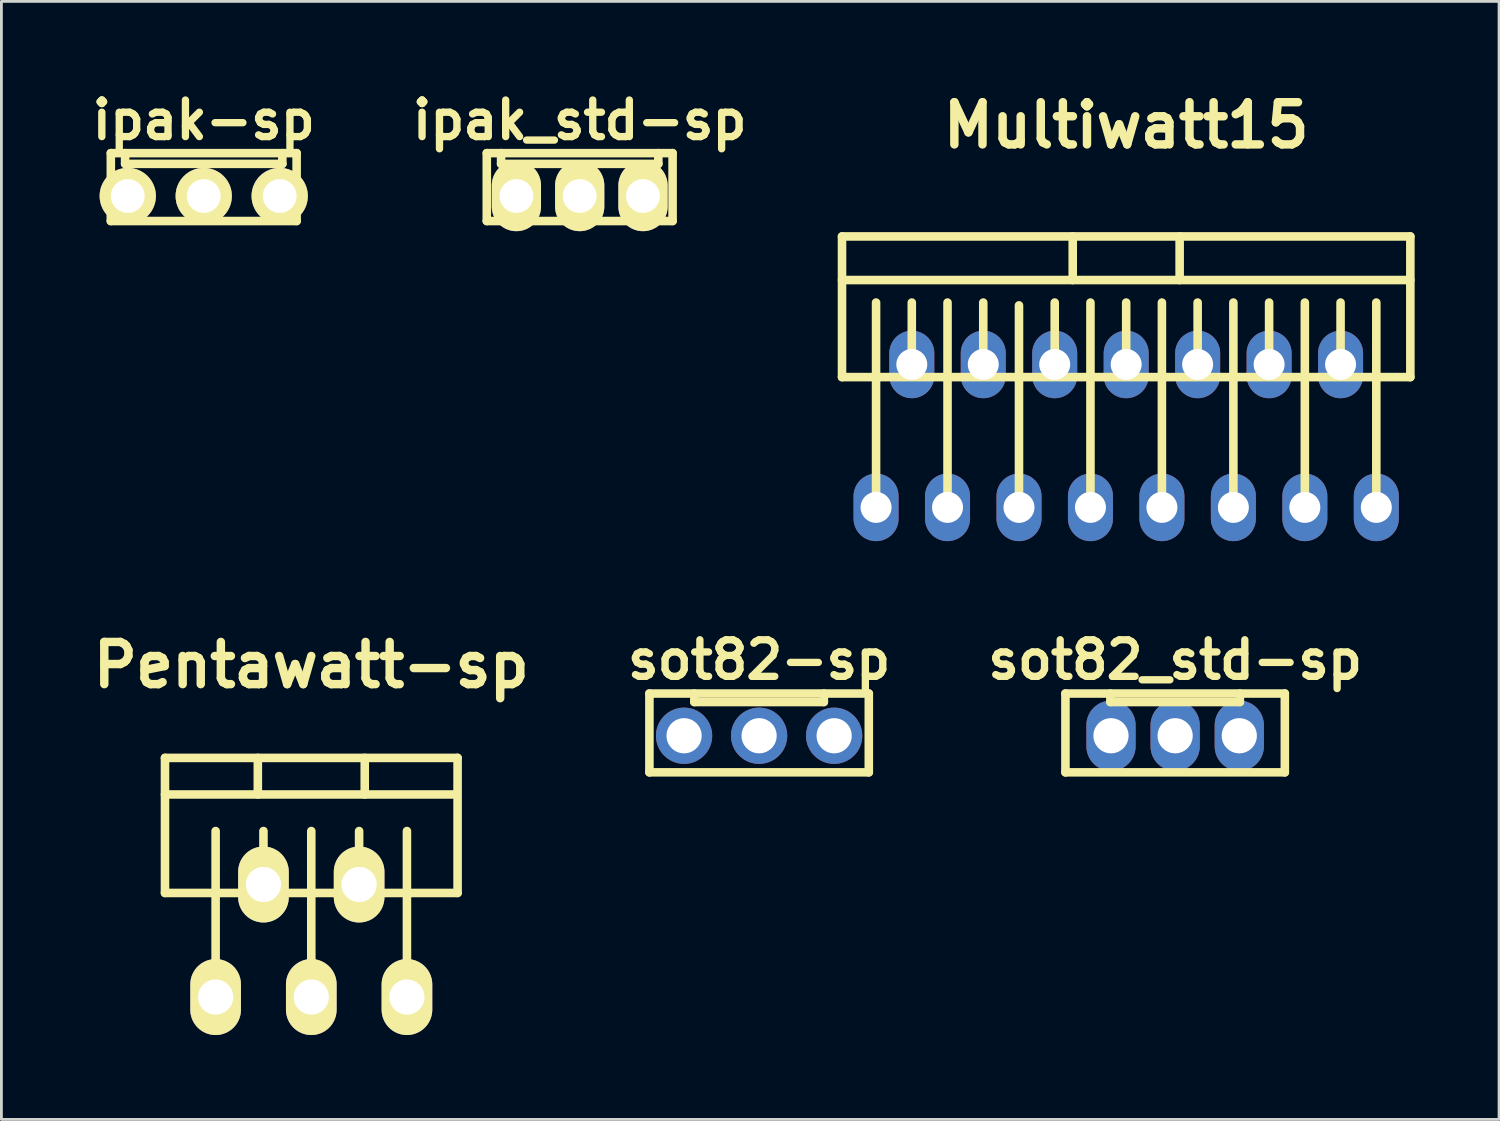
<source format=kicad_pcb>
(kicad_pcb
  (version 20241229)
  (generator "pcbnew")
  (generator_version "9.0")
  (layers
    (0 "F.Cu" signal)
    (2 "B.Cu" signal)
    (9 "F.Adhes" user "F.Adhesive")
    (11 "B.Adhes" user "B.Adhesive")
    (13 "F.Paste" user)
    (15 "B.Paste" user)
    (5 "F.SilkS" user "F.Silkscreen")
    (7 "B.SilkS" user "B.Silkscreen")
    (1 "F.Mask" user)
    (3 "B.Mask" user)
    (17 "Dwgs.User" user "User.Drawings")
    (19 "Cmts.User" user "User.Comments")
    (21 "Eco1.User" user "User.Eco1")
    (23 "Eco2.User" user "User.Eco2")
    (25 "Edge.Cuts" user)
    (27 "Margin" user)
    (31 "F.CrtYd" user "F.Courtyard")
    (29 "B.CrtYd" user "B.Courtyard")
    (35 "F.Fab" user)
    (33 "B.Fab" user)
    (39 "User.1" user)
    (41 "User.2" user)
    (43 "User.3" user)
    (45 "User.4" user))
  (footprint "Multiwatt15"
    (layer "F.Cu")
    (at 36.978 9.904)
    (property "Reference" "Multiwatt15" (at 0 -8.5 0) (layer "F.SilkS") (effects (font (size 1.5 1.5) (thickness 0.3))))
    (attr through_hole)
    (fp_line (start -10.1 -4.55) (end -10.1 0.45) (stroke (width 0.305) (type solid)) (layer "F.SilkS"))
    (fp_line (start -10.1 -4.55) (end 10.1 -4.55) (stroke (width 0.305) (type solid)) (layer "F.SilkS"))
    (fp_line (start -10.1 -3) (end 10.1 -3) (stroke (width 0.305) (type solid)) (layer "F.SilkS"))
    (fp_line (start -10.1 0.45) (end 10.1 0.45) (stroke (width 0.305) (type solid)) (layer "F.SilkS"))
    (fp_line (start -8.89 5.08) (end -8.89 -2.2) (stroke (width 0.305) (type solid)) (layer "F.SilkS"))
    (fp_line (start -7.62 0) (end -7.62 -2.2) (stroke (width 0.305) (type solid)) (layer "F.SilkS"))
    (fp_line (start -6.35 5.08) (end -6.35 -2.2) (stroke (width 0.305) (type solid)) (layer "F.SilkS"))
    (fp_line (start -5.08 0) (end -5.08 -2.2) (stroke (width 0.305) (type solid)) (layer "F.SilkS"))
    (fp_line (start -3.81 5.18) (end -3.81 -2.1) (stroke (width 0.305) (type solid)) (layer "F.SilkS"))
    (fp_line (start -2.54 0) (end -2.54 -2.2) (stroke (width 0.305) (type solid)) (layer "F.SilkS"))
    (fp_line (start -1.9 -4.55) (end -1.9 -3) (stroke (width 0.305) (type solid)) (layer "F.SilkS"))
    (fp_line (start -1.27 5.08) (end -1.27 -2.2) (stroke (width 0.305) (type solid)) (layer "F.SilkS"))
    (fp_line (start 0 0) (end 0 -2.2) (stroke (width 0.305) (type solid)) (layer "F.SilkS"))
    (fp_line (start 1.27 5.08) (end 1.27 -2.2) (stroke (width 0.305) (type solid)) (layer "F.SilkS"))
    (fp_line (start 1.9 -4.55) (end 1.9 -3) (stroke (width 0.305) (type solid)) (layer "F.SilkS"))
    (fp_line (start 2.54 0) (end 2.54 -2.2) (stroke (width 0.305) (type solid)) (layer "F.SilkS"))
    (fp_line (start 3.81 5.08) (end 3.81 -2.2) (stroke (width 0.305) (type solid)) (layer "F.SilkS"))
    (fp_line (start 5.08 0) (end 5.08 -2.2) (stroke (width 0.305) (type solid)) (layer "F.SilkS"))
    (fp_line (start 6.35 5.08) (end 6.35 -2.2) (stroke (width 0.305) (type solid)) (layer "F.SilkS"))
    (fp_line (start 7.62 0) (end 7.62 -2.2) (stroke (width 0.305) (type solid)) (layer "F.SilkS"))
    (fp_line (start 8.89 5.08) (end 8.89 -2.2) (stroke (width 0.305) (type solid)) (layer "F.SilkS"))
    (fp_line (start 10.1 -4.55) (end 10.1 0.45) (stroke (width 0.305) (type solid)) (layer "F.SilkS"))
    (pad "1" thru_hole oval (at -8.89 5.08) (size 1.6 2.4) (drill 1.1) (layers "*.Cu" "*.Mask"))
    (pad "2" thru_hole oval (at -7.62 0) (size 1.6 2.4) (drill 1.1) (layers "*.Cu" "*.Mask"))
    (pad "3" thru_hole oval (at -6.35 5.08) (size 1.6 2.4) (drill 1.1) (layers "*.Cu" "*.Mask"))
    (pad "4" thru_hole oval (at -5.08 0) (size 1.6 2.4) (drill 1.1) (layers "*.Cu" "*.Mask"))
    (pad "5" thru_hole oval (at -3.81 5.08) (size 1.6 2.4) (drill 1.1) (layers "*.Cu" "*.Mask"))
    (pad "6" thru_hole oval (at -2.54 0) (size 1.6 2.4) (drill 1.1) (layers "*.Cu" "*.Mask"))
    (pad "7" thru_hole oval (at -1.27 5.08) (size 1.6 2.4) (drill 1.1) (layers "*.Cu" "*.Mask"))
    (pad "8" thru_hole oval (at 0 0) (size 1.6 2.4) (drill 1.1) (layers "*.Cu" "*.Mask"))
    (pad "9" thru_hole oval (at 1.27 5.08) (size 1.6 2.4) (drill 1.1) (layers "*.Cu" "*.Mask"))
    (pad "10" thru_hole oval (at 2.54 0) (size 1.6 2.4) (drill 1.1) (layers "*.Cu" "*.Mask"))
    (pad "11" thru_hole oval (at 3.81 5.08) (size 1.6 2.4) (drill 1.1) (layers "*.Cu" "*.Mask"))
    (pad "12" thru_hole oval (at 5.08 0) (size 1.6 2.4) (drill 1.1) (layers "*.Cu" "*.Mask"))
    (pad "13" thru_hole oval (at 6.35 5.08) (size 1.6 2.4) (drill 1.1) (layers "*.Cu" "*.Mask"))
    (pad "14" thru_hole oval (at 7.62 0) (size 1.6 2.4) (drill 1.1) (layers "*.Cu" "*.Mask"))
    (pad "15" thru_hole oval (at 8.89 5.08) (size 1.6 2.4) (drill 1.1) (layers "*.Cu" "*.Mask")))
  (footprint "sot82_std-sp"
    (layer "F.Cu")
    (at 38.718 23.101)
    (property "Reference" "sot82_std-sp" (at 0 -2.7 0) (layer "F.SilkS") (effects (font (size 1.3 1.3) (thickness 0.26))))
    (attr through_hole)
    (fp_line (start -3.899 -1.501) (end -3.899 1.3) (stroke (width 0.305) (type solid)) (layer "F.SilkS"))
    (fp_line (start -3.899 1.3) (end 3.899 1.3) (stroke (width 0.305) (type solid)) (layer "F.SilkS"))
    (fp_line (start -2.301 -1.501) (end -2.301 -1.199) (stroke (width 0.305) (type solid)) (layer "F.SilkS"))
    (fp_line (start -2.301 -1.199) (end 2.301 -1.199) (stroke (width 0.305) (type solid)) (layer "F.SilkS"))
    (fp_line (start 2.301 -1.199) (end 2.301 -1.501) (stroke (width 0.305) (type solid)) (layer "F.SilkS"))
    (fp_line (start 3.899 -1.501) (end -3.899 -1.501) (stroke (width 0.305) (type solid)) (layer "F.SilkS"))
    (fp_line (start 3.899 1.3) (end 3.899 -1.501) (stroke (width 0.305) (type solid)) (layer "F.SilkS"))
    (pad "1" thru_hole oval (at -2.28 0) (size 1.75 2.5) (drill 1.25) (layers "*.Cu" "*.Mask"))
    (pad "2" thru_hole oval (at 0 0) (size 1.75 2.5) (drill 1.25) (layers "*.Cu" "*.Mask"))
    (pad "3" thru_hole oval (at 2.28 0) (size 1.75 2.5) (drill 1.25) (layers "*.Cu" "*.Mask")))
  (footprint "Pentawatt-sp"
    (layer "F.Cu")
    (at 8.014 28.388)
    (property "Reference" "Pentawatt-sp" (at 0 -7.8 0) (layer "F.SilkS") (effects (font (size 1.5 1.5) (thickness 0.3))))
    (attr through_hole)
    (fp_line (start -5.2 -4.5) (end 5.2 -4.5) (stroke (width 0.305) (type solid)) (layer "F.SilkS"))
    (fp_line (start -5.2 -3.2) (end 5.1 -3.2) (stroke (width 0.305) (type solid)) (layer "F.SilkS"))
    (fp_line (start -5.2 0.3) (end -5.2 -4.5) (stroke (width 0.305) (type solid)) (layer "F.SilkS"))
    (fp_line (start -3.4 -1.9) (end -3.4 4) (stroke (width 0.305) (type solid)) (layer "F.SilkS"))
    (fp_line (start -1.9 -3.2) (end -1.9 -4.5) (stroke (width 0.305) (type solid)) (layer "F.SilkS"))
    (fp_line (start -1.7 -1.9) (end -1.7 0) (stroke (width 0.305) (type solid)) (layer "F.SilkS"))
    (fp_line (start 0 -1.9) (end 0 4) (stroke (width 0.305) (type solid)) (layer "F.SilkS"))
    (fp_line (start 1.7 -1.9) (end 1.7 0) (stroke (width 0.305) (type solid)) (layer "F.SilkS"))
    (fp_line (start 1.9 -4.5) (end 1.9 -3.2) (stroke (width 0.305) (type solid)) (layer "F.SilkS"))
    (fp_line (start 3.4 -1.9) (end 3.4 4) (stroke (width 0.305) (type solid)) (layer "F.SilkS"))
    (fp_line (start 5.2 -4.5) (end 5.2 0.3) (stroke (width 0.305) (type solid)) (layer "F.SilkS"))
    (fp_line (start 5.2 0.3) (end -5.2 0.3) (stroke (width 0.305) (type solid)) (layer "F.SilkS"))
    (pad "1" thru_hole oval (at -3.4 4) (size 1.8 2.7) (drill 1.25) (layers "*.Cu" "*.Mask" "F.SilkS"))
    (pad "2" thru_hole oval (at -1.7 0) (size 1.8 2.7) (drill 1.25) (layers "*.Cu" "*.Mask" "F.SilkS"))
    (pad "3" thru_hole oval (at 0 4) (size 1.8 2.7) (drill 1.25) (layers "*.Cu" "*.Mask" "F.SilkS"))
    (pad "4" thru_hole oval (at 1.7 0) (size 1.8 2.7) (drill 1.25) (layers "*.Cu" "*.Mask" "F.SilkS"))
    (pad "5" thru_hole oval (at 3.4 4) (size 1.8 2.7) (drill 1.25) (layers "*.Cu" "*.Mask" "F.SilkS")))
  (footprint "ipak-sp"
    (layer "F.Cu")
    (at 4.191 3.917)
    (property "Reference" "ipak-sp" (at 0 -2.7 0) (layer "F.SilkS") (effects (font (size 1.3 1.3) (thickness 0.26))))
    (attr through_hole)
    (fp_line (start -3.302 -1.524) (end 3.302 -1.524) (stroke (width 0.305) (type solid)) (layer "F.SilkS"))
    (fp_line (start -3.302 0.889) (end -3.302 -1.524) (stroke (width 0.305) (type solid)) (layer "F.SilkS"))
    (fp_line (start -2.794 -1.524) (end -2.794 -1.143) (stroke (width 0.305) (type solid)) (layer "F.SilkS"))
    (fp_line (start -2.794 -1.143) (end 2.794 -1.143) (stroke (width 0.305) (type solid)) (layer "F.SilkS"))
    (fp_line (start 2.794 -1.143) (end 2.794 -1.524) (stroke (width 0.305) (type solid)) (layer "F.SilkS"))
    (fp_line (start 3.302 -1.524) (end 3.302 0.889) (stroke (width 0.305) (type solid)) (layer "F.SilkS"))
    (fp_line (start 3.302 0.889) (end -3.302 0.889) (stroke (width 0.305) (type solid)) (layer "F.SilkS"))
    (pad "1" thru_hole circle (at -2.7 0) (size 2 2) (drill 1.2) (layers "*.Cu" "*.Mask" "F.SilkS"))
    (pad "2" thru_hole circle (at 0 0) (size 2 2) (drill 1.2) (layers "*.Cu" "*.Mask" "F.SilkS"))
    (pad "3" thru_hole circle (at 2.7 0) (size 2 2) (drill 1.2) (layers "*.Cu" "*.Mask" "F.SilkS")))
  (footprint "sot82-sp"
    (layer "F.Cu")
    (at 23.931 23.101)
    (property "Reference" "sot82-sp" (at 0 -2.7 0) (layer "F.SilkS") (effects (font (size 1.3 1.3) (thickness 0.26))))
    (attr through_hole)
    (fp_line (start -3.899 -1.501) (end -3.899 1.3) (stroke (width 0.305) (type solid)) (layer "F.SilkS"))
    (fp_line (start -3.899 1.3) (end 3.899 1.3) (stroke (width 0.305) (type solid)) (layer "F.SilkS"))
    (fp_line (start -2.301 -1.501) (end -2.301 -1.199) (stroke (width 0.305) (type solid)) (layer "F.SilkS"))
    (fp_line (start -2.301 -1.199) (end 2.301 -1.199) (stroke (width 0.305) (type solid)) (layer "F.SilkS"))
    (fp_line (start 2.301 -1.199) (end 2.301 -1.501) (stroke (width 0.305) (type solid)) (layer "F.SilkS"))
    (fp_line (start 3.899 -1.501) (end -3.899 -1.501) (stroke (width 0.305) (type solid)) (layer "F.SilkS"))
    (fp_line (start 3.899 1.3) (end 3.899 -1.501) (stroke (width 0.305) (type solid)) (layer "F.SilkS"))
    (pad "1" thru_hole circle (at -2.667 0) (size 2 2) (drill 1.25) (layers "*.Cu" "*.Mask"))
    (pad "2" thru_hole circle (at 0 0) (size 2 2) (drill 1.25) (layers "*.Cu" "*.Mask"))
    (pad "3" thru_hole circle (at 2.667 0) (size 2 2) (drill 1.25) (layers "*.Cu" "*.Mask")))
  (footprint "ipak_std-sp"
    (layer "F.Cu")
    (at 17.554 3.917)
    (property "Reference" "ipak_std-sp" (at 0 -2.7 0) (layer "F.SilkS") (effects (font (size 1.3 1.3) (thickness 0.26))))
    (attr through_hole)
    (fp_line (start -3.302 -1.524) (end 3.302 -1.524) (stroke (width 0.305) (type solid)) (layer "F.SilkS"))
    (fp_line (start -3.302 0.889) (end -3.302 -1.524) (stroke (width 0.305) (type solid)) (layer "F.SilkS"))
    (fp_line (start -2.794 -1.524) (end -2.794 -1.143) (stroke (width 0.305) (type solid)) (layer "F.SilkS"))
    (fp_line (start -2.794 -1.143) (end 2.794 -1.143) (stroke (width 0.305) (type solid)) (layer "F.SilkS"))
    (fp_line (start 2.794 -1.143) (end 2.794 -1.524) (stroke (width 0.305) (type solid)) (layer "F.SilkS"))
    (fp_line (start 3.302 -1.524) (end 3.302 0.889) (stroke (width 0.305) (type solid)) (layer "F.SilkS"))
    (fp_line (start 3.302 0.889) (end -3.302 0.889) (stroke (width 0.305) (type solid)) (layer "F.SilkS"))
    (pad "1" thru_hole oval (at -2.25 0) (size 1.75 2.5) (drill 1.2) (layers "*.Cu" "*.Mask" "F.SilkS"))
    (pad "2" thru_hole oval (at 0 0) (size 1.75 2.5) (drill 1.2) (layers "*.Cu" "*.Mask" "F.SilkS"))
    (pad "3" thru_hole oval (at 2.25 0) (size 1.75 2.5) (drill 1.2) (layers "*.Cu" "*.Mask" "F.SilkS")))
  (gr_rect
    (start -3 -3)
    (end 50.231 36.738)
    (stroke (width 0.1) (type default))
    (fill no)
    (layer "Edge.Cuts")))
</source>
